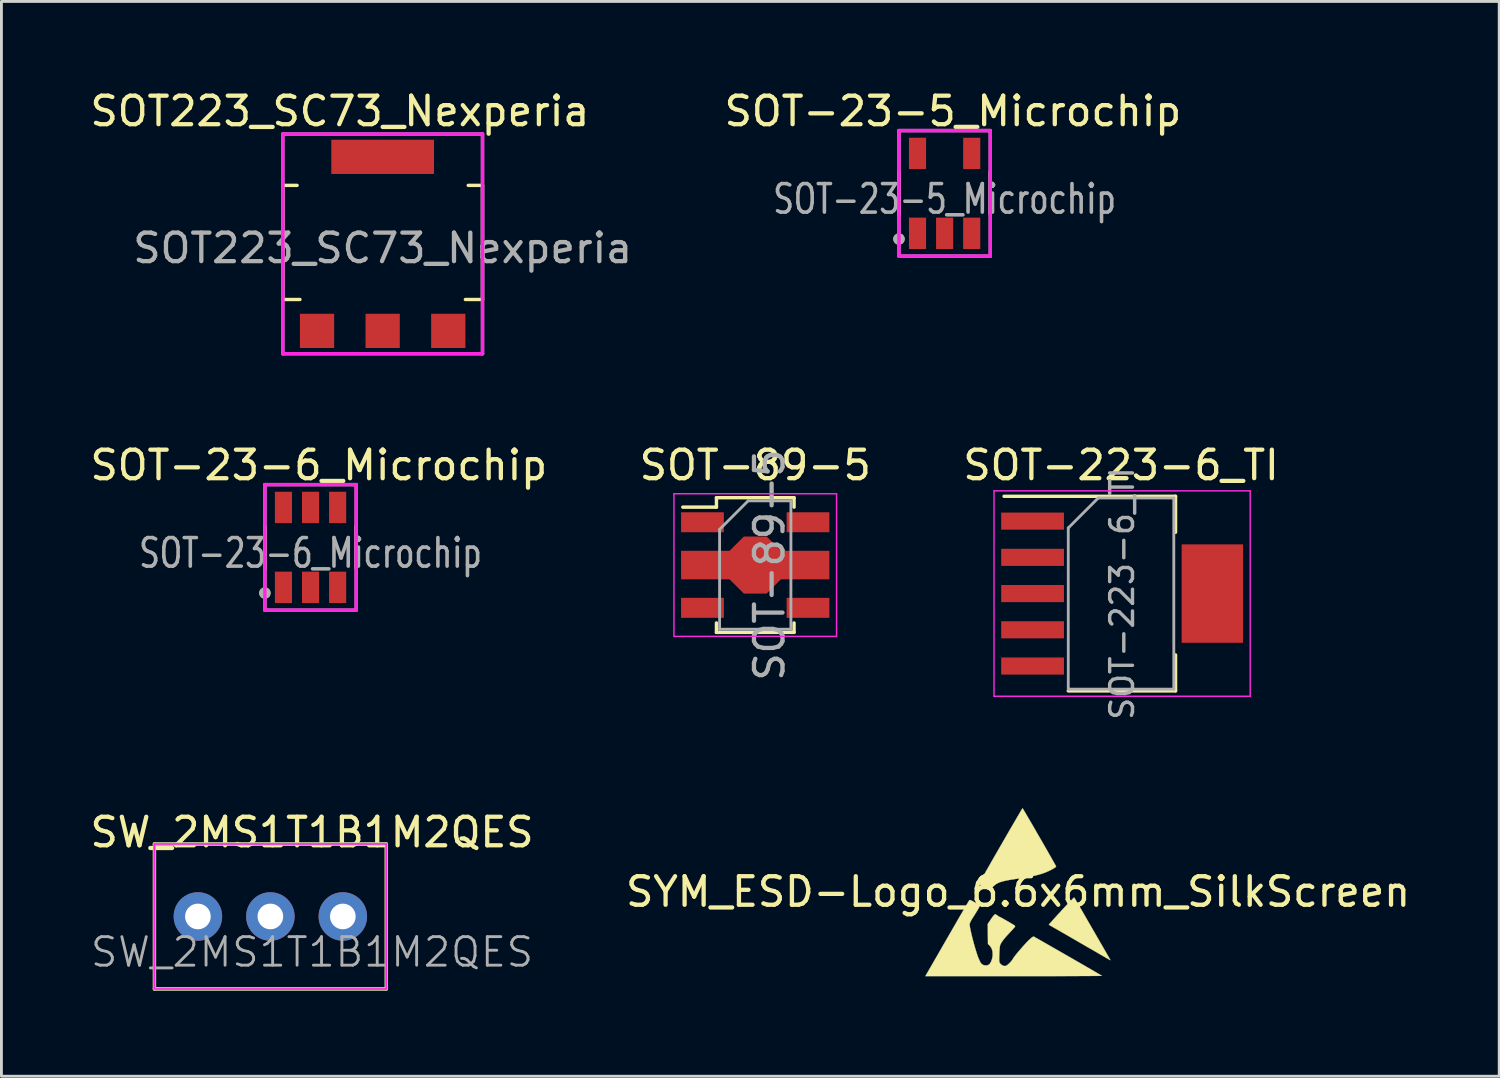
<source format=kicad_pcb>
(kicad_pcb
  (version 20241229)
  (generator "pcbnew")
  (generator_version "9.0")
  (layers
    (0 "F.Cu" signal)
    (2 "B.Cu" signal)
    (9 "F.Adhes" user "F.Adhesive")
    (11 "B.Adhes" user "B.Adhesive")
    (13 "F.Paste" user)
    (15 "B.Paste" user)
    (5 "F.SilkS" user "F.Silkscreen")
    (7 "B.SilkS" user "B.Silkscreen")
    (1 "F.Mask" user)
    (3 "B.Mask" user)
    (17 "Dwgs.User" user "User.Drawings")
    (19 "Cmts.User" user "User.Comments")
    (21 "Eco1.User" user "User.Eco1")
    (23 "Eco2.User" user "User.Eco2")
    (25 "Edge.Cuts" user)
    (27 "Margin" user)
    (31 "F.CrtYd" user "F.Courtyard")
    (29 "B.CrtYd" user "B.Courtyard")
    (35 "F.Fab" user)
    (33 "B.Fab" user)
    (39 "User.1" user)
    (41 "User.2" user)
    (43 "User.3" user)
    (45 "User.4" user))
  (footprint "SOT223_SC73_Nexperia"
    (layer "F.Cu")
    (at 10.363 8.548)
    (property "Reference" "SOT223_SC73_Nexperia" (at -1.5 -7.7 0) (layer "F.SilkS") (effects (font (size 1 1) (thickness 0.15))))
    (attr through_hole)
    (fp_line (start -3.5 -5.1) (end -3 -5.1) (stroke (width 0.12) (type solid)) (layer "F.SilkS"))
    (fp_line (start -3.5 -1.1) (end -3.5 -5.1) (stroke (width 0.12) (type solid)) (layer "F.SilkS"))
    (fp_line (start -2.9 -1.1) (end -3.5 -1.1) (stroke (width 0.12) (type solid)) (layer "F.SilkS"))
    (fp_line (start 2.9 -1.1) (end 3.5 -1.1) (stroke (width 0.12) (type solid)) (layer "F.SilkS"))
    (fp_line (start 3.5 -5.1) (end 3 -5.1) (stroke (width 0.12) (type solid)) (layer "F.SilkS"))
    (fp_line (start 3.5 -1.1) (end 3.5 -5.1) (stroke (width 0.12) (type solid)) (layer "F.SilkS"))
    (fp_line (start -3.5 -6.9) (end 3.5 -6.9) (stroke (width 0.12) (type solid)) (layer "F.CrtYd"))
    (fp_line (start -3.5 0.8) (end -3.5 -6.9) (stroke (width 0.12) (type solid)) (layer "F.CrtYd"))
    (fp_line (start 3.5 -6.9) (end 3.5 0.8) (stroke (width 0.12) (type solid)) (layer "F.CrtYd"))
    (fp_line (start 3.5 0.8) (end -3.5 0.8) (stroke (width 0.12) (type solid)) (layer "F.CrtYd"))
    (fp_line (start -3.5 -6.9) (end 3.5 -6.9) (stroke (width 0.12) (type solid)) (layer "F.Fab"))
    (fp_line (start -3.5 0.8) (end -3.5 -6.9) (stroke (width 0.12) (type solid)) (layer "F.Fab"))
    (fp_line (start 3.5 -6.9) (end 3.5 0.8) (stroke (width 0.12) (type solid)) (layer "F.Fab"))
    (fp_line (start 3.5 0.8) (end -3.5 0.8) (stroke (width 0.12) (type solid)) (layer "F.Fab"))
    (fp_text user "${REFERENCE}" (at 0 -2.9 0) (layer "F.Fab") (effects (font (size 1 1) (thickness 0.15))))
    (pad "1" smd rect (at -2.3 0) (size 1.2 1.2) (layers "F.Cu" "F.Mask" "F.Paste"))
    (pad "2" smd rect (at 0 0) (size 1.2 1.2) (layers "F.Cu" "F.Mask" "F.Paste"))
    (pad "3" smd rect (at 2.3 0) (size 1.2 1.2) (layers "F.Cu" "F.Mask" "F.Paste"))
    (pad "4" smd rect (at 0 -6.1) (size 3.6 1.2) (layers "F.Cu" "F.Mask" "F.Paste")))
  (footprint "SOT-23-5_Microchip"
    (layer "F.Cu")
    (at 30.061 5.128)
    (property "Reference" "SOT-23-5_Microchip" (at 0.29 -4.28 0) (layer "F.SilkS") (effects (font (size 1 1) (thickness 0.15))))
    (attr through_hole)
    (fp_line (start -1.6 -2.14) (end -1.6 -0.65) (stroke (width 0.12) (type solid)) (layer "F.SilkS"))
    (fp_line (start 1.6 -0.67) (end 1.6 -2.15) (stroke (width 0.12) (type solid)) (layer "F.SilkS"))
    (fp_circle (center -1.6 0.2) (end -1.5 0.2) (stroke (width 0.2) (type solid)) (fill no) (layer "F.SilkS"))
    (fp_line (start -1.6 -3.6) (end 1.6 -3.6) (stroke (width 0.12) (type solid)) (layer "F.CrtYd"))
    (fp_line (start -1.6 0.8) (end -1.6 -3.6) (stroke (width 0.12) (type solid)) (layer "F.CrtYd"))
    (fp_line (start 1.6 -3.6) (end 1.6 0.8) (stroke (width 0.12) (type solid)) (layer "F.CrtYd"))
    (fp_line (start 1.6 0.8) (end -1.6 0.8) (stroke (width 0.12) (type solid)) (layer "F.CrtYd"))
    (fp_line (start -1.6 -3.6) (end 1.6 -3.6) (stroke (width 0.12) (type solid)) (layer "F.Fab"))
    (fp_line (start -1.6 0.8) (end -1.6 -3.6) (stroke (width 0.12) (type solid)) (layer "F.Fab"))
    (fp_line (start 1.6 -3.6) (end 1.6 0.8) (stroke (width 0.12) (type solid)) (layer "F.Fab"))
    (fp_line (start 1.6 0.8) (end -1.6 0.8) (stroke (width 0.12) (type solid)) (layer "F.Fab"))
    (fp_circle (center -1.6 0.2) (end -1.5 0.2) (stroke (width 0.2) (type solid)) (fill no) (layer "F.Fab"))
    (fp_text user "${REFERENCE}" (at 0 -1.2 0) (layer "F.Fab") (effects (font (size 1 0.75) (thickness 0.125))))
    (pad "1" smd rect (at -0.95 0) (size 0.6 1.1) (layers "F.Cu" "F.Mask" "F.Paste"))
    (pad "2" smd rect (at 0 0) (size 0.6 1.1) (layers "F.Cu" "F.Mask" "F.Paste"))
    (pad "3" smd rect (at 0.95 0) (size 0.6 1.1) (layers "F.Cu" "F.Mask" "F.Paste"))
    (pad "4" smd rect (at 0.95 -2.8) (size 0.6 1.1) (layers "F.Cu" "F.Mask" "F.Paste"))
    (pad "5" smd rect (at -0.95 -2.8) (size 0.6 1.1) (layers "F.Cu" "F.Mask" "F.Paste")))
  (footprint "SW_2MS1T1B1M2QES"
    (layer "F.Cu")
    (at 3.887 29.074)
    (property "Reference" "SW_2MS1T1B1M2QES" (at 4 -2.95 0) (layer "F.SilkS") (effects (font (size 1 1) (thickness 0.15))))
    (attr through_hole)
    (fp_line (start -1.524 -2.54) (end -1.524 2.54) (stroke (width 0.12) (type solid)) (layer "F.SilkS"))
    (fp_line (start -1.524 -2.54) (end 6.604 -2.54) (stroke (width 0.12) (type solid)) (layer "F.SilkS"))
    (fp_line (start -1.524 2.54) (end 6.604 2.54) (stroke (width 0.12) (type solid)) (layer "F.SilkS"))
    (fp_line (start 6.604 -2.54) (end 6.604 2.54) (stroke (width 0.12) (type solid)) (layer "F.SilkS"))
    (fp_line (start -1.524 -2.54) (end 6.604 -2.54) (stroke (width 0.05) (type solid)) (layer "F.CrtYd"))
    (fp_line (start -1.524 2.54) (end -1.524 -2.54) (stroke (width 0.05) (type solid)) (layer "F.CrtYd"))
    (fp_line (start 6.604 -2.54) (end 6.604 2.54) (stroke (width 0.05) (type solid)) (layer "F.CrtYd"))
    (fp_line (start 6.604 2.54) (end -1.524 2.54) (stroke (width 0.05) (type solid)) (layer "F.CrtYd"))
    (fp_line (start -1.524 -2.54) (end 6.604 -2.54) (stroke (width 0.1) (type solid)) (layer "F.Fab"))
    (fp_line (start -1.524 2.54) (end -1.524 -2.54) (stroke (width 0.1) (type solid)) (layer "F.Fab"))
    (fp_line (start 6.604 -2.54) (end 6.604 2.54) (stroke (width 0.1) (type solid)) (layer "F.Fab"))
    (fp_line (start 6.604 2.54) (end -1.524 2.54) (stroke (width 0.1) (type solid)) (layer "F.Fab"))
    (fp_text user "${REFERENCE}" (at 4 1.25 0) (layer "F.Fab") (effects (font (size 1 1) (thickness 0.1))))
    (pad "1" thru_hole circle (at 0 0) (size 1.7 1.7) (drill 0.9) (layers "*.Cu" "*.Mask"))
    (pad "2" thru_hole circle (at 2.54 0) (size 1.7 1.7) (drill 0.9) (layers "*.Cu" "*.Mask"))
    (pad "3" thru_hole circle (at 5.08 0) (size 1.7 1.7) (drill 0.9) (layers "*.Cu" "*.Mask")))
  (footprint "SYM_ESD-Logo_6.6x6mm_SilkScreen"
    (layer "F.Cu")
    (at 32.637 28.208)
    (property "Reference" "SYM_ESD-Logo_6.6x6mm_SilkScreen" (at 0 0 0) (layer "F.SilkS") (effects (font (size 1 1) (thickness 0.15))))
    (attr exclude_from_pos_files exclude_from_bom)
    (fp_poly (pts (xy 1.988 0.235) (xy 1.999 0.254) (xy 2.024 0.297) (xy 2.063 0.364) (xy 2.113 0.45) (xy 2.174 0.555) (xy 2.244 0.675) (xy 2.321 0.809) (xy 2.405 0.955) (xy 2.495 1.11) (xy 2.587 1.27) (xy 2.681 1.433) (xy 2.771 1.59) (xy 2.857 1.738) (xy 2.936 1.874) (xy 3.007 1.998) (xy 3.069 2.105) (xy 3.121 2.195) (xy 3.161 2.265) (xy 3.189 2.313) (xy 3.202 2.335) (xy 3.223 2.372) (xy 3.234 2.396) (xy 3.235 2.4) (xy 3.221 2.392) (xy 3.182 2.37) (xy 3.12 2.335) (xy 3.038 2.288) (xy 2.937 2.23) (xy 2.82 2.162) (xy 2.688 2.085) (xy 2.543 2.002) (xy 2.387 1.912) (xy 2.223 1.817) (xy 2.161 1.781) (xy 1.993 1.684) (xy 1.834 1.592) (xy 1.684 1.505) (xy 1.546 1.426) (xy 1.422 1.354) (xy 1.314 1.292) (xy 1.223 1.24) (xy 1.153 1.2) (xy 1.104 1.172) (xy 1.08 1.158) (xy 1.077 1.157) (xy 1.085 1.145) (xy 1.111 1.114) (xy 1.153 1.066) (xy 1.208 1.004) (xy 1.274 0.93) (xy 1.347 0.849) (xy 1.426 0.763) (xy 1.508 0.674) (xy 1.589 0.586) (xy 1.668 0.502) (xy 1.741 0.423) (xy 1.807 0.354) (xy 1.862 0.298) (xy 1.903 0.256) (xy 1.917 0.242) (xy 1.964 0.198) (xy 1.988 0.235)) (stroke (width 0.01) (type solid)) (fill yes) (layer "F.SilkS"))
    (fp_poly (pts (xy 0.164 -2.914) (xy 0.187 -2.877) (xy 0.223 -2.817) (xy 0.269 -2.739) (xy 0.325 -2.643) (xy 0.389 -2.534) (xy 0.46 -2.412) (xy 0.536 -2.282) (xy 0.615 -2.144) (xy 0.697 -2.002) (xy 0.78 -1.859) (xy 0.862 -1.717) (xy 0.942 -1.577) (xy 1.018 -1.444) (xy 1.09 -1.319) (xy 1.155 -1.205) (xy 1.212 -1.105) (xy 1.259 -1.02) (xy 1.296 -0.954) (xy 1.321 -0.909) (xy 1.332 -0.888) (xy 1.332 -0.886) (xy 1.319 -0.868) (xy 1.281 -0.84) (xy 1.224 -0.805) (xy 1.152 -0.766) (xy 1.077 -0.729) (xy 0.975 -0.684) (xy 0.867 -0.644) (xy 0.75 -0.607) (xy 0.621 -0.573) (xy 0.475 -0.541) (xy 0.309 -0.51) (xy 0.119 -0.479) (xy -0.078 -0.45) (xy -0.248 -0.424) (xy -0.391 -0.399) (xy -0.511 -0.372) (xy -0.61 -0.344) (xy -0.693 -0.312) (xy -0.763 -0.275) (xy -0.823 -0.231) (xy -0.878 -0.181) (xy -0.896 -0.162) (xy -0.934 -0.119) (xy -0.962 -0.083) (xy -0.975 -0.062) (xy -0.976 -0.061) (xy -0.98 -0.05) (xy -0.996 -0.05) (xy -1.027 -0.062) (xy -1.075 -0.087) (xy -1.144 -0.126) (xy -1.193 -0.154) (xy -1.264 -0.199) (xy -1.32 -0.237) (xy -1.356 -0.266) (xy -1.369 -0.283) (xy -1.369 -0.283) (xy -1.361 -0.299) (xy -1.339 -0.34) (xy -1.304 -0.402) (xy -1.258 -0.485) (xy -1.201 -0.586) (xy -1.135 -0.702) (xy -1.061 -0.831) (xy -0.98 -0.972) (xy -0.895 -1.122) (xy -0.805 -1.278) (xy -0.713 -1.438) (xy -0.619 -1.601) (xy -0.525 -1.764) (xy -0.432 -1.925) (xy -0.342 -2.082) (xy -0.255 -2.231) (xy -0.173 -2.372) (xy -0.097 -2.502) (xy -0.029 -2.619) (xy 0.03 -2.72) (xy 0.079 -2.804) (xy 0.117 -2.868) (xy 0.143 -2.909) (xy 0.154 -2.927) (xy 0.155 -2.927) (xy 0.164 -2.914)) (stroke (width 0.01) (type solid)) (fill yes) (layer "F.SilkS"))
    (fp_poly (pts (xy -1.678 0.291) (xy -1.645 0.304) (xy -1.596 0.329) (xy -1.525 0.368) (xy -1.519 0.371) (xy -1.454 0.408) (xy -1.398 0.441) (xy -1.359 0.466) (xy -1.34 0.48) (xy -1.339 0.48) (xy -1.344 0.499) (xy -1.365 0.542) (xy -1.4 0.605) (xy -1.449 0.687) (xy -1.509 0.785) (xy -1.581 0.898) (xy -1.599 0.925) (xy -1.645 1.002) (xy -1.679 1.068) (xy -1.697 1.117) (xy -1.699 1.127) (xy -1.698 1.169) (xy -1.689 1.237) (xy -1.672 1.326) (xy -1.649 1.431) (xy -1.622 1.548) (xy -1.59 1.673) (xy -1.556 1.801) (xy -1.52 1.928) (xy -1.484 2.049) (xy -1.449 2.161) (xy -1.416 2.259) (xy -1.385 2.338) (xy -1.364 2.385) (xy -1.34 2.435) (xy -1.316 2.483) (xy -1.315 2.486) (xy -1.276 2.534) (xy -1.22 2.567) (xy -1.154 2.582) (xy -1.088 2.58) (xy -1.029 2.558) (xy -0.996 2.529) (xy -0.948 2.451) (xy -0.913 2.352) (xy -0.894 2.245) (xy -0.891 2.184) (xy -0.902 2.07) (xy -0.934 1.976) (xy -0.989 1.896) (xy -1.006 1.879) (xy -1.057 1.829) (xy -1.061 1.479) (xy -1.064 1.129) (xy -0.975 0.995) (xy -0.933 0.933) (xy -0.893 0.878) (xy -0.86 0.837) (xy -0.846 0.822) (xy -0.806 0.785) (xy -0.751 0.814) (xy -0.717 0.835) (xy -0.698 0.851) (xy -0.697 0.854) (xy -0.684 0.867) (xy -0.662 0.876) (xy -0.641 0.884) (xy -0.608 0.9) (xy -0.562 0.925) (xy -0.498 0.961) (xy -0.415 1.008) (xy -0.309 1.069) (xy -0.252 1.103) (xy -0.184 1.143) (xy -0.14 1.172) (xy -0.115 1.192) (xy -0.106 1.208) (xy -0.107 1.222) (xy -0.109 1.225) (xy -0.125 1.245) (xy -0.158 1.284) (xy -0.205 1.336) (xy -0.262 1.397) (xy -0.311 1.449) (xy -0.425 1.573) (xy -0.514 1.68) (xy -0.579 1.771) (xy -0.621 1.849) (xy -0.635 1.888) (xy -0.641 1.922) (xy -0.647 1.981) (xy -0.652 2.057) (xy -0.657 2.144) (xy -0.659 2.199) (xy -0.663 2.294) (xy -0.664 2.364) (xy -0.663 2.413) (xy -0.66 2.448) (xy -0.653 2.473) (xy -0.644 2.493) (xy -0.636 2.506) (xy -0.592 2.555) (xy -0.534 2.589) (xy -0.474 2.603) (xy -0.429 2.598) (xy -0.388 2.575) (xy -0.337 2.533) (xy -0.283 2.481) (xy -0.233 2.425) (xy -0.194 2.372) (xy -0.179 2.346) (xy -0.158 2.311) (xy -0.118 2.257) (xy -0.065 2.19) (xy -0.001 2.112) (xy 0.07 2.029) (xy 0.144 1.944) (xy 0.218 1.861) (xy 0.288 1.785) (xy 0.35 1.72) (xy 0.399 1.673) (xy 0.454 1.625) (xy 0.5 1.59) (xy 0.532 1.571) (xy 0.542 1.569) (xy 0.559 1.577) (xy 0.6 1.6) (xy 0.663 1.635) (xy 0.745 1.682) (xy 0.845 1.739) (xy 0.96 1.805) (xy 1.088 1.878) (xy 1.226 1.957) (xy 1.372 2.041) (xy 1.524 2.128) (xy 1.679 2.217) (xy 1.835 2.306) (xy 1.989 2.395) (xy 2.139 2.482) (xy 2.284 2.565) (xy 2.42 2.644) (xy 2.545 2.716) (xy 2.656 2.781) (xy 2.753 2.837) (xy 2.831 2.883) (xy 2.889 2.917) (xy 2.924 2.938) (xy 2.934 2.945) (xy 2.92 2.946) (xy 2.877 2.948) (xy 2.806 2.949) (xy 2.708 2.95) (xy 2.584 2.951) (xy 2.437 2.952) (xy 2.268 2.953) (xy 2.078 2.954) (xy 1.868 2.955) (xy 1.64 2.956) (xy 1.396 2.956) (xy 1.137 2.957) (xy 0.864 2.957) (xy 0.579 2.958) (xy 0.282 2.958) (xy -0.023 2.958) (xy -0.151 2.958) (xy -3.251 2.958) (xy -3.03 2.575) (xy -2.983 2.494) (xy -2.923 2.389) (xy -2.851 2.265) (xy -2.77 2.124) (xy -2.682 1.971) (xy -2.588 1.808) (xy -2.491 1.639) (xy -2.392 1.468) (xy -2.294 1.298) (xy -2.269 1.255) (xy -2.179 1.098) (xy -2.093 0.949) (xy -2.012 0.81) (xy -1.938 0.682) (xy -1.872 0.569) (xy -1.816 0.473) (xy -1.77 0.395) (xy -1.736 0.338) (xy -1.716 0.305) (xy -1.71 0.296) (xy -1.698 0.289) (xy -1.678 0.291)) (stroke (width 0.01) (type solid)) (fill yes) (layer "F.SilkS")))
  (footprint "SOT-23-6_Microchip"
    (layer "F.Cu")
    (at 7.835 17.537)
    (property "Reference" "SOT-23-6_Microchip" (at 0.29 -4.28 0) (layer "F.SilkS") (effects (font (size 1 1) (thickness 0.15))))
    (attr through_hole)
    (fp_line (start -1.6 -2.14) (end -1.6 -0.65) (stroke (width 0.12) (type solid)) (layer "F.SilkS"))
    (fp_line (start 1.6 -0.67) (end 1.6 -2.15) (stroke (width 0.12) (type solid)) (layer "F.SilkS"))
    (fp_circle (center -1.6 0.2) (end -1.5 0.2) (stroke (width 0.2) (type solid)) (fill no) (layer "F.SilkS"))
    (fp_line (start -1.6 -3.6) (end 1.6 -3.6) (stroke (width 0.12) (type solid)) (layer "F.CrtYd"))
    (fp_line (start -1.6 0.8) (end -1.6 -3.6) (stroke (width 0.12) (type solid)) (layer "F.CrtYd"))
    (fp_line (start 1.6 -3.6) (end 1.6 0.8) (stroke (width 0.12) (type solid)) (layer "F.CrtYd"))
    (fp_line (start 1.6 0.8) (end -1.6 0.8) (stroke (width 0.12) (type solid)) (layer "F.CrtYd"))
    (fp_line (start -1.6 -3.6) (end 1.6 -3.6) (stroke (width 0.12) (type solid)) (layer "F.Fab"))
    (fp_line (start -1.6 0.8) (end -1.6 -3.6) (stroke (width 0.12) (type solid)) (layer "F.Fab"))
    (fp_line (start 1.6 -3.6) (end 1.6 0.8) (stroke (width 0.12) (type solid)) (layer "F.Fab"))
    (fp_line (start 1.6 0.8) (end -1.6 0.8) (stroke (width 0.12) (type solid)) (layer "F.Fab"))
    (fp_circle (center -1.6 0.2) (end -1.5 0.2) (stroke (width 0.2) (type solid)) (fill no) (layer "F.Fab"))
    (fp_text user "${REFERENCE}" (at 0 -1.2 0) (layer "F.Fab") (effects (font (size 1 0.75) (thickness 0.125))))
    (pad "1" smd rect (at -0.95 0) (size 0.6 1.1) (layers "F.Cu" "F.Mask" "F.Paste"))
    (pad "2" smd rect (at 0 0) (size 0.6 1.1) (layers "F.Cu" "F.Mask" "F.Paste"))
    (pad "3" smd rect (at 0.95 0) (size 0.6 1.1) (layers "F.Cu" "F.Mask" "F.Paste"))
    (pad "4" smd rect (at 0.95 -2.8) (size 0.6 1.1) (layers "F.Cu" "F.Mask" "F.Paste"))
    (pad "5" smd rect (at 0 -2.8) (size 0.6 1.1) (layers "F.Cu" "F.Mask" "F.Paste"))
    (pad "6" smd rect (at -0.95 -2.8) (size 0.6 1.1) (layers "F.Cu" "F.Mask" "F.Paste")))
  (footprint "SOT-89-5"
    (layer "F.Cu")
    (at 23.423 16.756)
    (property "Reference" "SOT-89-5" (at 0 -3.5 0) (layer "F.SilkS") (effects (font (size 1 1) (thickness 0.15))))
    (attr smd)
    (fp_line (start -2.54 -2.03) (end -1.36 -2.03) (stroke (width 0.12) (type solid)) (layer "F.SilkS"))
    (fp_line (start -1.36 -2.36) (end -1.36 -2.03) (stroke (width 0.12) (type solid)) (layer "F.SilkS"))
    (fp_line (start -1.36 -2.36) (end 1.36 -2.36) (stroke (width 0.12) (type solid)) (layer "F.SilkS"))
    (fp_line (start -1.36 2.36) (end -1.36 2.03) (stroke (width 0.12) (type solid)) (layer "F.SilkS"))
    (fp_line (start 1.36 -2.36) (end 1.36 -2.03) (stroke (width 0.12) (type solid)) (layer "F.SilkS"))
    (fp_line (start 1.36 2.03) (end 1.36 2.36) (stroke (width 0.12) (type solid)) (layer "F.SilkS"))
    (fp_line (start 1.36 2.36) (end -1.36 2.36) (stroke (width 0.12) (type solid)) (layer "F.SilkS"))
    (fp_line (start -2.85 2.5) (end -2.85 -2.5) (stroke (width 0.05) (type solid)) (layer "F.CrtYd"))
    (fp_line (start -2.85 2.5) (end 2.85 2.5) (stroke (width 0.05) (type solid)) (layer "F.CrtYd"))
    (fp_line (start 2.85 -2.5) (end -2.85 -2.5) (stroke (width 0.05) (type solid)) (layer "F.CrtYd"))
    (fp_line (start 2.85 -2.5) (end 2.85 2.5) (stroke (width 0.05) (type solid)) (layer "F.CrtYd"))
    (fp_line (start -1.25 -1.25) (end -0.25 -2.25) (stroke (width 0.1) (type solid)) (layer "F.Fab"))
    (fp_line (start -1.25 2.25) (end -1.25 -1.25) (stroke (width 0.1) (type solid)) (layer "F.Fab"))
    (fp_line (start -0.25 -2.25) (end 1.25 -2.25) (stroke (width 0.1) (type solid)) (layer "F.Fab"))
    (fp_line (start 1.25 -2.25) (end 1.25 2.25) (stroke (width 0.1) (type solid)) (layer "F.Fab"))
    (fp_line (start 1.25 2.25) (end -1.25 2.25) (stroke (width 0.1) (type solid)) (layer "F.Fab"))
    (fp_text user "${REFERENCE}" (at 0.5 0 90) (layer "F.Fab") (effects (font (size 1 1) (thickness 0.15))))
    (pad "1" smd rect (at -1.85 -1.5) (size 1.5 0.7) (layers "F.Cu" "F.Mask" "F.Paste"))
    (pad "2" smd custom (at 0 0) (size 0.8 2) (layers "F.Cu" "F.Mask" "F.Paste") (options (anchor rect)) (primitives (gr_poly (pts (xy 0.9 -0.5) (xy 2.6 -0.5) (xy 2.6 0.5) (xy 0.9 0.5) (xy 0.4 1) (xy -0.4 1) (xy -0.9 0.5) (xy -2.6 0.5) (xy -2.6 -0.5) (xy -0.9 -0.5) (xy -0.4 -1) (xy 0.4 -1)) (width 0) (fill yes))))
    (pad "3" smd rect (at -1.85 1.5) (size 1.5 0.7) (layers "F.Cu" "F.Mask" "F.Paste"))
    (pad "4" smd rect (at 1.85 1.5) (size 1.5 0.7) (layers "F.Cu" "F.Mask" "F.Paste"))
    (pad "5" smd rect (at 1.85 -1.5) (size 1.5 0.7) (layers "F.Cu" "F.Mask" "F.Paste")))
  (footprint "SOT-223-6_TI"
    (layer "F.Cu")
    (at 36.282 17.756)
    (property "Reference" "SOT-223-6_TI" (at -0.037 -4.5 0) (layer "F.SilkS") (effects (font (size 1 1) (thickness 0.15))))
    (attr smd)
    (fp_line (start -4.138 -3.41) (end 1.873 -3.41) (stroke (width 0.12) (type solid)) (layer "F.SilkS"))
    (fp_line (start -1.887 3.41) (end 1.873 3.41) (stroke (width 0.12) (type solid)) (layer "F.SilkS"))
    (fp_line (start 1.873 -3.41) (end 1.873 -2.15) (stroke (width 0.12) (type solid)) (layer "F.SilkS"))
    (fp_line (start 1.873 3.41) (end 1.873 2.15) (stroke (width 0.12) (type solid)) (layer "F.SilkS"))
    (fp_line (start -4.49 -3.6) (end -4.49 3.6) (stroke (width 0.05) (type solid)) (layer "F.CrtYd"))
    (fp_line (start -4.49 -3.6) (end 4.49 -3.6) (stroke (width 0.05) (type solid)) (layer "F.CrtYd"))
    (fp_line (start 4.49 3.6) (end -4.49 3.6) (stroke (width 0.05) (type solid)) (layer "F.CrtYd"))
    (fp_line (start 4.49 3.6) (end 4.49 -3.6) (stroke (width 0.05) (type solid)) (layer "F.CrtYd"))
    (fp_line (start -1.887 -2.3) (end -1.887 3.35) (stroke (width 0.1) (type solid)) (layer "F.Fab"))
    (fp_line (start -1.887 -2.3) (end -0.838 -3.35) (stroke (width 0.1) (type solid)) (layer "F.Fab"))
    (fp_line (start -1.887 3.35) (end 1.812 3.35) (stroke (width 0.1) (type solid)) (layer "F.Fab"))
    (fp_line (start -0.838 -3.35) (end 1.812 -3.35) (stroke (width 0.1) (type solid)) (layer "F.Fab"))
    (fp_line (start 1.812 -3.35) (end 1.812 3.35) (stroke (width 0.1) (type solid)) (layer "F.Fab"))
    (fp_text user "${REFERENCE}" (at 0 0 90) (layer "F.Fab") (effects (font (size 0.8 0.8) (thickness 0.12))))
    (pad "1" smd rect (at -3.138 -2.54) (size 2.2 0.6) (layers "F.Cu" "F.Mask" "F.Paste"))
    (pad "2" smd rect (at -3.138 -1.27) (size 2.2 0.6) (layers "F.Cu" "F.Mask" "F.Paste"))
    (pad "3" smd rect (at -3.138 0) (size 2.2 0.6) (layers "F.Cu" "F.Mask" "F.Paste"))
    (pad "4" smd rect (at -3.138 1.27) (size 2.2 0.6) (layers "F.Cu" "F.Mask" "F.Paste"))
    (pad "5" smd rect (at -3.138 2.54) (size 2.2 0.6) (layers "F.Cu" "F.Mask" "F.Paste"))
    (pad "6" smd rect (at 3.163 0) (size 2.15 3.45) (layers "F.Cu" "F.Mask" "F.Paste")))
  (gr_rect
    (start -3 -3)
    (end 49.5 34.674)
    (stroke (width 0.1) (type default))
    (fill no)
    (layer "Edge.Cuts")))
</source>
